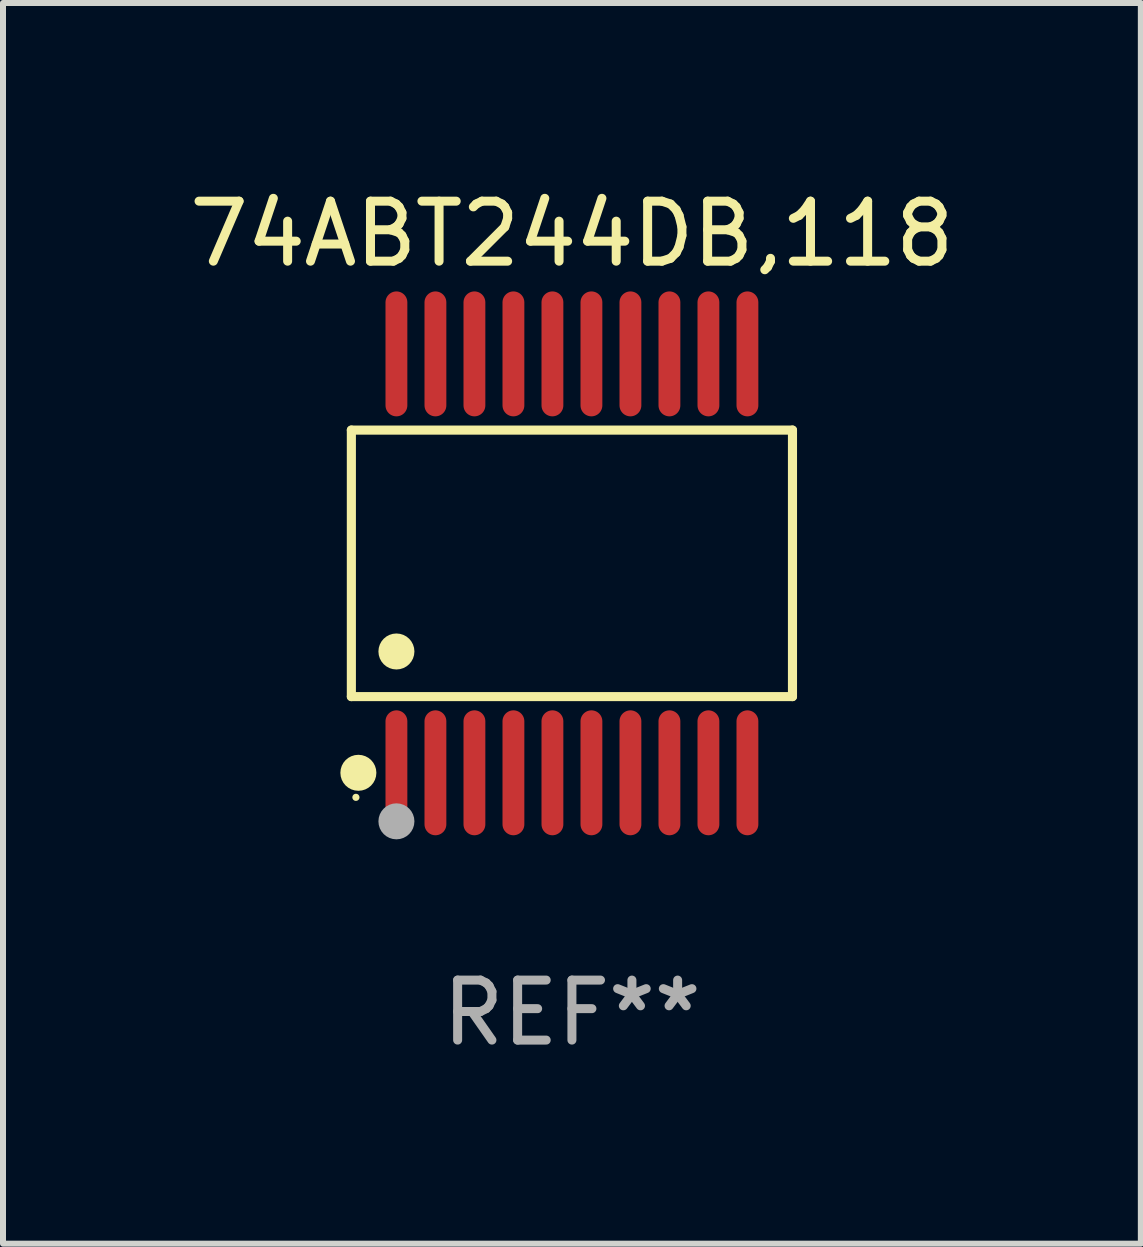
<source format=kicad_pcb>
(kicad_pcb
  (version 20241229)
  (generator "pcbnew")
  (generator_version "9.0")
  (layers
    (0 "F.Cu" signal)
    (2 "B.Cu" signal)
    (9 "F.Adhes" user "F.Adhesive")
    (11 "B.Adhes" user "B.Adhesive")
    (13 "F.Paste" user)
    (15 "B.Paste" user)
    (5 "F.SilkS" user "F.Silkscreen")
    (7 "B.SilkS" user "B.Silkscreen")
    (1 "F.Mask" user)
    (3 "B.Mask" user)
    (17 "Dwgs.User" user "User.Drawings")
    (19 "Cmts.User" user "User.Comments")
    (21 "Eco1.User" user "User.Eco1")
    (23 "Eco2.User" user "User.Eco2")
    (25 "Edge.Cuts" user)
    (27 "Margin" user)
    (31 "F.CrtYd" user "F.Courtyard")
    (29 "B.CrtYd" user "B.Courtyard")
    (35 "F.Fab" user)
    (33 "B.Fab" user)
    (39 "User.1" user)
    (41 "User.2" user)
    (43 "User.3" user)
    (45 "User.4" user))
  (footprint "74ABT244DB,118"
    (layer "F.Cu")
    (at 6.482 6.339)
    (property "Reference" "74ABT244DB,118" (at 0 -5.491 0) (layer "F.SilkS") (effects (font (size 1 1) (thickness 0.15))))
    (attr through_hole)
    (fp_line (start -3.676 -2.221) (end 3.676 -2.221) (stroke (width 0.152) (type solid)) (layer "F.SilkS"))
    (fp_line (start -3.676 2.221) (end -3.676 -2.221) (stroke (width 0.152) (type solid)) (layer "F.SilkS"))
    (fp_line (start 3.676 -2.221) (end 3.676 2.221) (stroke (width 0.152) (type solid)) (layer "F.SilkS"))
    (fp_line (start 3.676 2.221) (end -3.676 2.221) (stroke (width 0.152) (type solid)) (layer "F.SilkS"))
    (fp_circle (center -3.6 3.9) (end -3.57 3.9) (stroke (width 0.06) (type solid)) (fill no) (layer "F.SilkS"))
    (fp_circle (center -3.559 3.491) (end -3.409 3.491) (stroke (width 0.3) (type solid)) (fill no) (layer "F.SilkS"))
    (fp_circle (center -2.925 1.469) (end -2.775 1.469) (stroke (width 0.3) (type solid)) (fill no) (layer "F.SilkS"))
    (fp_circle (center -2.925 4.3) (end -2.775 4.3) (stroke (width 0.3) (type solid)) (fill no) (layer "F.Fab"))
    (fp_text user "REF**" (at 0 7.491 0) (layer "F.Fab") (effects (font (size 1 1) (thickness 0.15))))
    (pad "1" smd oval (at -2.925 3.491) (size 0.364 2.082) (layers "F.Cu" "F.Mask" "F.Paste"))
    (pad "2" smd oval (at -2.275 3.491) (size 0.364 2.082) (layers "F.Cu" "F.Mask" "F.Paste"))
    (pad "3" smd oval (at -1.625 3.491) (size 0.364 2.082) (layers "F.Cu" "F.Mask" "F.Paste"))
    (pad "4" smd oval (at -0.975 3.491) (size 0.364 2.082) (layers "F.Cu" "F.Mask" "F.Paste"))
    (pad "5" smd oval (at -0.325 3.491) (size 0.364 2.082) (layers "F.Cu" "F.Mask" "F.Paste"))
    (pad "6" smd oval (at 0.325 3.491) (size 0.364 2.082) (layers "F.Cu" "F.Mask" "F.Paste"))
    (pad "7" smd oval (at 0.975 3.491) (size 0.364 2.082) (layers "F.Cu" "F.Mask" "F.Paste"))
    (pad "8" smd oval (at 1.625 3.491) (size 0.364 2.082) (layers "F.Cu" "F.Mask" "F.Paste"))
    (pad "9" smd oval (at 2.275 3.491) (size 0.364 2.082) (layers "F.Cu" "F.Mask" "F.Paste"))
    (pad "10" smd oval (at 2.925 3.491) (size 0.364 2.082) (layers "F.Cu" "F.Mask" "F.Paste"))
    (pad "11" smd oval (at 2.925 -3.491) (size 0.364 2.082) (layers "F.Cu" "F.Mask" "F.Paste"))
    (pad "12" smd oval (at 2.275 -3.491) (size 0.364 2.082) (layers "F.Cu" "F.Mask" "F.Paste"))
    (pad "13" smd oval (at 1.625 -3.491) (size 0.364 2.082) (layers "F.Cu" "F.Mask" "F.Paste"))
    (pad "14" smd oval (at 0.975 -3.491) (size 0.364 2.082) (layers "F.Cu" "F.Mask" "F.Paste"))
    (pad "15" smd oval (at 0.325 -3.491) (size 0.364 2.082) (layers "F.Cu" "F.Mask" "F.Paste"))
    (pad "16" smd oval (at -0.325 -3.491) (size 0.364 2.082) (layers "F.Cu" "F.Mask" "F.Paste"))
    (pad "17" smd oval (at -0.975 -3.491) (size 0.364 2.082) (layers "F.Cu" "F.Mask" "F.Paste"))
    (pad "18" smd oval (at -1.625 -3.491) (size 0.364 2.082) (layers "F.Cu" "F.Mask" "F.Paste"))
    (pad "19" smd oval (at -2.275 -3.491) (size 0.364 2.082) (layers "F.Cu" "F.Mask" "F.Paste"))
    (pad "20" smd oval (at -2.925 -3.491) (size 0.364 2.082) (layers "F.Cu" "F.Mask" "F.Paste")))
  (gr_rect
    (start -3 -3)
    (end 15.964 17.678)
    (stroke (width 0.1) (type default))
    (fill no)
    (layer "Edge.Cuts")))
</source>
